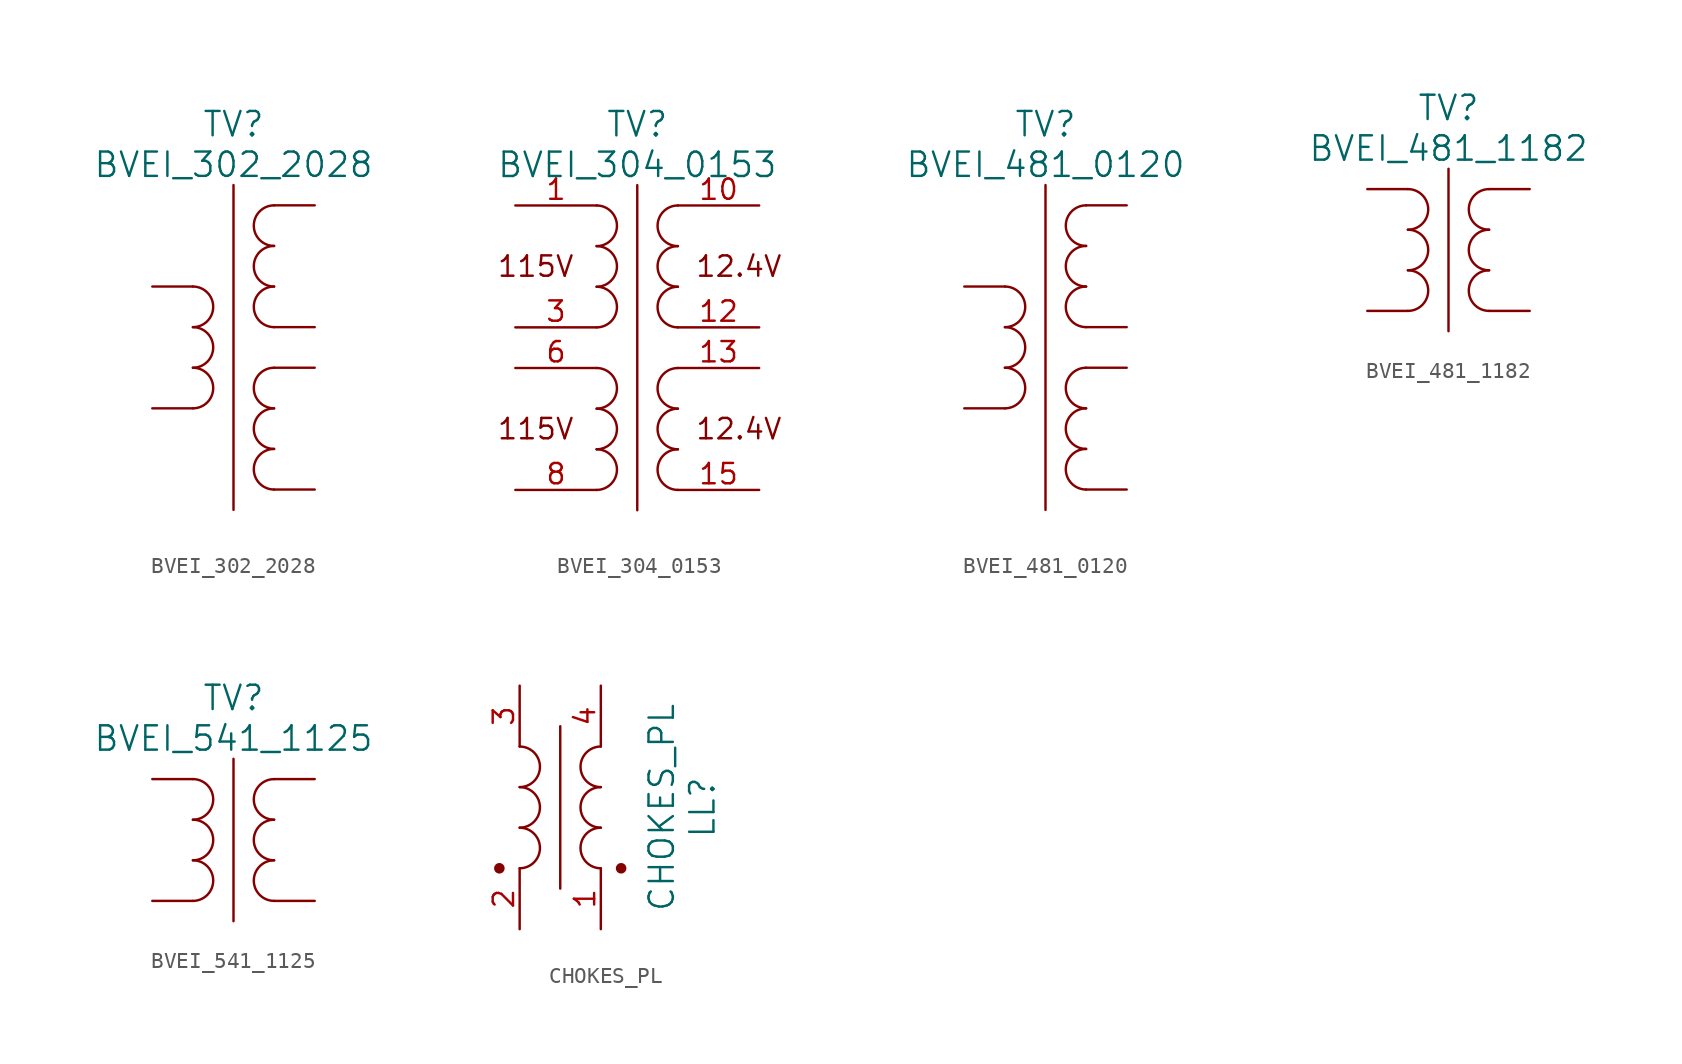
<source format=kicad_sym>
(kicad_symbol_lib
  (version 20211014)
  (generator kicad_symbol_editor)
  (symbol "BVEI_302_2028"
    (pin_numbers hide)
    (pin_names
      (offset 0))
    (property "Reference" "TV"
      (at 5.08 10.16 0)
      (effects (font (size 1.524 1.524))))
    (property "Value" "BVEI_302_2028"
      (at 5.08 7.62 0)
      (effects (font (size 1.524 1.524))))
    (property "Footprint" ""
      (at 0 0 0)
      (effects (font (size 1.524 1.524))))
    (property "Datasheet" ""
      (at 0 0 0)
      (effects (font (size 1.524 1.524))))
    (symbol "BVEI_302_2028_0_0"
      (polyline (pts (xy 5.08 6.35) (xy 5.08 -13.97)) (stroke (width 0) (type default) (color 0 0 0 0)) (fill (type none)))
      (arc (start 2.54 -7.62) (mid 3.81 -6.35) (end 2.54 -5.08) (stroke (width 0) (type default) (color 0 0 0 0)) (fill (type none)))
      (arc (start 2.54 -5.08) (mid 3.81 -3.81) (end 2.54 -2.54) (stroke (width 0) (type default) (color 0 0 0 0)) (fill (type none)))
      (arc (start 2.54 -2.54) (mid 3.81 -1.27) (end 2.54 0) (stroke (width 0) (type default) (color 0 0 0 0)) (fill (type none))))
    (symbol "BVEI_302_2028_0_1"
      (arc (start 7.62 -10.16) (mid 6.35 -11.43) (end 7.62 -12.7) (stroke (width 0) (type default) (color 0 0 0 0)) (fill (type none)))
      (arc (start 7.62 -7.62) (mid 6.35 -8.89) (end 7.62 -10.16) (stroke (width 0) (type default) (color 0 0 0 0)) (fill (type none)))
      (arc (start 7.62 -5.08) (mid 6.35 -6.35) (end 7.62 -7.62) (stroke (width 0) (type default) (color 0 0 0 0)) (fill (type none)))
      (arc (start 7.62 0) (mid 6.35 -1.27) (end 7.62 -2.54) (stroke (width 0) (type default) (color 0 0 0 0)) (fill (type none)))
      (arc (start 7.62 2.54) (mid 6.35 1.27) (end 7.62 0) (stroke (width 0) (type default) (color 0 0 0 0)) (fill (type none)))
      (arc (start 7.62 5.08) (mid 6.35 3.81) (end 7.62 2.54) (stroke (width 0) (type default) (color 0 0 0 0)) (fill (type none))))
    (symbol "BVEI_302_2028_1_1"
      (pin input line (at 0 0 0) (length 2.54) (name "~" (effects (font (size 1.27 1.27)))) (number "1" (effects (font (size 1.27 1.27)))))
      (pin input line (at 10.16 -12.7 180) (length 2.54) (name "~" (effects (font (size 1.27 1.27)))) (number "10" (effects (font (size 1.27 1.27)))))
      (pin input line (at 0 -7.62 0) (length 2.54) (name "~" (effects (font (size 1.27 1.27)))) (number "5" (effects (font (size 1.27 1.27)))))
      (pin input line (at 10.16 5.08 180) (length 2.54) (name "~" (effects (font (size 1.27 1.27)))) (number "6" (effects (font (size 1.27 1.27)))))
      (pin input line (at 10.16 -2.54 180) (length 2.54) (name "~" (effects (font (size 1.27 1.27)))) (number "7" (effects (font (size 1.27 1.27)))))
      (pin input line (at 10.16 -5.08 180) (length 2.54) (name "~" (effects (font (size 1.27 1.27)))) (number "9" (effects (font (size 1.27 1.27)))))))
  (symbol "BVEI_304_0153"
    (pin_names
      (offset 0))
    (property "Reference" "TV"
      (at 5.08 10.16 0)
      (effects (font (size 1.524 1.524))))
    (property "Value" "BVEI_304_0153"
      (at 5.08 7.62 0)
      (effects (font (size 1.524 1.524))))
    (property "Footprint" ""
      (at 0 5.08 0)
      (effects (font (size 1.524 1.524))))
    (property "Datasheet" ""
      (at 0 5.08 0)
      (effects (font (size 1.524 1.524))))
    (symbol "BVEI_304_0153_0_0"
      (polyline (pts (xy 5.08 6.35) (xy 5.08 -13.97)) (stroke (width 0) (type default) (color 0 0 0 0)) (fill (type none)))
      (arc (start 2.54 -12.7) (mid 3.81 -11.43) (end 2.54 -10.16) (stroke (width 0) (type default) (color 0 0 0 0)) (fill (type none)))
      (arc (start 2.54 -10.16) (mid 3.81 -8.89) (end 2.54 -7.62) (stroke (width 0) (type default) (color 0 0 0 0)) (fill (type none)))
      (arc (start 2.54 -7.62) (mid 3.81 -6.35) (end 2.54 -5.08) (stroke (width 0) (type default) (color 0 0 0 0)) (fill (type none)))
      (arc (start 2.54 -2.54) (mid 3.81 -1.27) (end 2.54 0) (stroke (width 0) (type default) (color 0 0 0 0)) (fill (type none)))
      (arc (start 2.54 0) (mid 3.81 1.27) (end 2.54 2.54) (stroke (width 0) (type default) (color 0 0 0 0)) (fill (type none)))
      (arc (start 2.54 2.54) (mid 3.81 3.81) (end 2.54 5.08) (stroke (width 0) (type default) (color 0 0 0 0)) (fill (type none)))
      (text "115V" (at -1.27 -8.89 0) (effects (font (size 1.27 1.27))))
      (text "115V" (at -1.27 1.27 0) (effects (font (size 1.27 1.27))))
      (text "12.4V" (at 11.43 -8.89 0) (effects (font (size 1.27 1.27))))
      (text "12.4V" (at 11.43 1.27 0) (effects (font (size 1.27 1.27)))))
    (symbol "BVEI_304_0153_0_1"
      (arc (start 7.62 -10.16) (mid 6.35 -11.43) (end 7.62 -12.7) (stroke (width 0) (type default) (color 0 0 0 0)) (fill (type none)))
      (arc (start 7.62 -7.62) (mid 6.35 -8.89) (end 7.62 -10.16) (stroke (width 0) (type default) (color 0 0 0 0)) (fill (type none)))
      (arc (start 7.62 -5.08) (mid 6.35 -6.35) (end 7.62 -7.62) (stroke (width 0) (type default) (color 0 0 0 0)) (fill (type none)))
      (arc (start 7.62 0) (mid 6.35 -1.27) (end 7.62 -2.54) (stroke (width 0) (type default) (color 0 0 0 0)) (fill (type none)))
      (arc (start 7.62 2.54) (mid 6.35 1.27) (end 7.62 0) (stroke (width 0) (type default) (color 0 0 0 0)) (fill (type none)))
      (arc (start 7.62 5.08) (mid 6.35 3.81) (end 7.62 2.54) (stroke (width 0) (type default) (color 0 0 0 0)) (fill (type none))))
    (symbol "BVEI_304_0153_1_1"
      (pin input line (at -2.54 5.08 0) (length 5.08) (name "~" (effects (font (size 1.27 1.27)))) (number "1" (effects (font (size 1.27 1.27)))))
      (pin output line (at 12.7 5.08 180) (length 5.08) (name "~" (effects (font (size 1.27 1.27)))) (number "10" (effects (font (size 1.27 1.27)))))
      (pin output line (at 12.7 -2.54 180) (length 5.08) (name "~" (effects (font (size 1.27 1.27)))) (number "12" (effects (font (size 1.27 1.27)))))
      (pin output line (at 12.7 -5.08 180) (length 5.08) (name "~" (effects (font (size 1.27 1.27)))) (number "13" (effects (font (size 1.27 1.27)))))
      (pin output line (at 12.7 -12.7 180) (length 5.08) (name "~" (effects (font (size 1.27 1.27)))) (number "15" (effects (font (size 1.27 1.27)))))
      (pin input line (at -2.54 -2.54 0) (length 5.08) (name "~" (effects (font (size 1.27 1.27)))) (number "3" (effects (font (size 1.27 1.27)))))
      (pin input line (at -2.54 -5.08 0) (length 5.08) (name "~" (effects (font (size 1.27 1.27)))) (number "6" (effects (font (size 1.27 1.27)))))
      (pin input line (at -2.54 -12.7 0) (length 5.08) (name "~" (effects (font (size 1.27 1.27)))) (number "8" (effects (font (size 1.27 1.27)))))))
  (symbol "BVEI_481_0120"
    (pin_numbers hide)
    (pin_names
      (offset 0))
    (property "Reference" "TV"
      (at 5.08 10.16 0)
      (effects (font (size 1.524 1.524))))
    (property "Value" "BVEI_481_0120"
      (at 5.08 7.62 0)
      (effects (font (size 1.524 1.524))))
    (property "Footprint" ""
      (at 0 0 0)
      (effects (font (size 1.524 1.524))))
    (property "Datasheet" ""
      (at 0 0 0)
      (effects (font (size 1.524 1.524))))
    (symbol "BVEI_481_0120_0_0"
      (polyline (pts (xy 5.08 6.35) (xy 5.08 -13.97)) (stroke (width 0) (type default) (color 0 0 0 0)) (fill (type none)))
      (arc (start 2.54 -7.62) (mid 3.81 -6.35) (end 2.54 -5.08) (stroke (width 0) (type default) (color 0 0 0 0)) (fill (type none)))
      (arc (start 2.54 -5.08) (mid 3.81 -3.81) (end 2.54 -2.54) (stroke (width 0) (type default) (color 0 0 0 0)) (fill (type none)))
      (arc (start 2.54 -2.54) (mid 3.81 -1.27) (end 2.54 0) (stroke (width 0) (type default) (color 0 0 0 0)) (fill (type none))))
    (symbol "BVEI_481_0120_0_1"
      (arc (start 7.62 -10.16) (mid 6.35 -11.43) (end 7.62 -12.7) (stroke (width 0) (type default) (color 0 0 0 0)) (fill (type none)))
      (arc (start 7.62 -7.62) (mid 6.35 -8.89) (end 7.62 -10.16) (stroke (width 0) (type default) (color 0 0 0 0)) (fill (type none)))
      (arc (start 7.62 -5.08) (mid 6.35 -6.35) (end 7.62 -7.62) (stroke (width 0) (type default) (color 0 0 0 0)) (fill (type none)))
      (arc (start 7.62 0) (mid 6.35 -1.27) (end 7.62 -2.54) (stroke (width 0) (type default) (color 0 0 0 0)) (fill (type none)))
      (arc (start 7.62 2.54) (mid 6.35 1.27) (end 7.62 0) (stroke (width 0) (type default) (color 0 0 0 0)) (fill (type none)))
      (arc (start 7.62 5.08) (mid 6.35 3.81) (end 7.62 2.54) (stroke (width 0) (type default) (color 0 0 0 0)) (fill (type none))))
    (symbol "BVEI_481_0120_1_1"
      (pin input line (at 0 0 0) (length 2.54) (name "~" (effects (font (size 1.27 1.27)))) (number "1" (effects (font (size 1.27 1.27)))))
      (pin input line (at 10.16 -2.54 180) (length 2.54) (name "~" (effects (font (size 1.27 1.27)))) (number "11" (effects (font (size 1.27 1.27)))))
      (pin input line (at 10.16 5.08 180) (length 2.54) (name "~" (effects (font (size 1.27 1.27)))) (number "12" (effects (font (size 1.27 1.27)))))
      (pin input line (at 0 -7.62 0) (length 2.54) (name "~" (effects (font (size 1.27 1.27)))) (number "6" (effects (font (size 1.27 1.27)))))
      (pin input line (at 10.16 -12.7 180) (length 2.54) (name "~" (effects (font (size 1.27 1.27)))) (number "7" (effects (font (size 1.27 1.27)))))
      (pin input line (at 10.16 -5.08 180) (length 2.54) (name "~" (effects (font (size 1.27 1.27)))) (number "8" (effects (font (size 1.27 1.27)))))))
  (symbol "BVEI_481_1182"
    (pin_numbers hide)
    (pin_names
      (offset 0))
    (property "Reference" "TV"
      (at 5.08 5.08 0)
      (effects (font (size 1.524 1.524))))
    (property "Value" "BVEI_481_1182"
      (at 5.08 2.54 0)
      (effects (font (size 1.524 1.524))))
    (property "Footprint" ""
      (at 0 0 0)
      (effects (font (size 1.524 1.524))))
    (property "Datasheet" ""
      (at 0 0 0)
      (effects (font (size 1.524 1.524))))
    (symbol "BVEI_481_1182_0_0"
      (polyline (pts (xy 5.08 1.27) (xy 5.08 -8.89) (xy 5.08 -8.89)) (stroke (width 0) (type default) (color 0 0 0 0)) (fill (type none)))
      (arc (start 2.54 -7.62) (mid 3.81 -6.35) (end 2.54 -5.08) (stroke (width 0) (type default) (color 0 0 0 0)) (fill (type none)))
      (arc (start 2.54 -5.08) (mid 3.81 -3.81) (end 2.54 -2.54) (stroke (width 0) (type default) (color 0 0 0 0)) (fill (type none)))
      (arc (start 2.54 -2.54) (mid 3.81 -1.27) (end 2.54 0) (stroke (width 0) (type default) (color 0 0 0 0)) (fill (type none))))
    (symbol "BVEI_481_1182_0_1"
      (arc (start 7.62 -5.08) (mid 6.35 -6.35) (end 7.62 -7.62) (stroke (width 0) (type default) (color 0 0 0 0)) (fill (type none)))
      (arc (start 7.62 -2.54) (mid 6.35 -3.81) (end 7.62 -5.08) (stroke (width 0) (type default) (color 0 0 0 0)) (fill (type none)))
      (arc (start 7.62 0) (mid 6.35 -1.27) (end 7.62 -2.54) (stroke (width 0) (type default) (color 0 0 0 0)) (fill (type none))))
    (symbol "BVEI_481_1182_1_1"
      (pin input line (at 0 0 0) (length 2.54) (name "~" (effects (font (size 1.27 1.27)))) (number "1" (effects (font (size 1.27 1.27)))))
      (pin input line (at 10.16 0 180) (length 2.54) (name "~" (effects (font (size 1.27 1.27)))) (number "11" (effects (font (size 1.27 1.27)))))
      (pin input line (at 0 -7.62 0) (length 2.54) (name "~" (effects (font (size 1.27 1.27)))) (number "6" (effects (font (size 1.27 1.27)))))
      (pin input line (at 10.16 -7.62 180) (length 2.54) (name "~" (effects (font (size 1.27 1.27)))) (number "8" (effects (font (size 1.27 1.27)))))))
  (symbol "BVEI_541_1125"
    (pin_numbers hide)
    (pin_names
      (offset 0))
    (property "Reference" "TV"
      (at 5.08 5.08 0)
      (effects (font (size 1.524 1.524))))
    (property "Value" "BVEI_541_1125"
      (at 5.08 2.54 0)
      (effects (font (size 1.524 1.524))))
    (property "Footprint" ""
      (at 0 0 0)
      (effects (font (size 1.524 1.524))))
    (property "Datasheet" ""
      (at 0 0 0)
      (effects (font (size 1.524 1.524))))
    (symbol "BVEI_541_1125_0_0"
      (polyline (pts (xy 5.08 1.27) (xy 5.08 -8.89) (xy 5.08 -8.89)) (stroke (width 0) (type default) (color 0 0 0 0)) (fill (type none)))
      (arc (start 2.54 -7.62) (mid 3.81 -6.35) (end 2.54 -5.08) (stroke (width 0) (type default) (color 0 0 0 0)) (fill (type none)))
      (arc (start 2.54 -5.08) (mid 3.81 -3.81) (end 2.54 -2.54) (stroke (width 0) (type default) (color 0 0 0 0)) (fill (type none)))
      (arc (start 2.54 -2.54) (mid 3.81 -1.27) (end 2.54 0) (stroke (width 0) (type default) (color 0 0 0 0)) (fill (type none))))
    (symbol "BVEI_541_1125_0_1"
      (arc (start 7.62 -5.08) (mid 6.35 -6.35) (end 7.62 -7.62) (stroke (width 0) (type default) (color 0 0 0 0)) (fill (type none)))
      (arc (start 7.62 -2.54) (mid 6.35 -3.81) (end 7.62 -5.08) (stroke (width 0) (type default) (color 0 0 0 0)) (fill (type none)))
      (arc (start 7.62 0) (mid 6.35 -1.27) (end 7.62 -2.54) (stroke (width 0) (type default) (color 0 0 0 0)) (fill (type none))))
    (symbol "BVEI_541_1125_1_1"
      (pin input line (at 0 0 0) (length 2.54) (name "~" (effects (font (size 1.27 1.27)))) (number "1" (effects (font (size 1.27 1.27)))))
      (pin input line (at 10.16 0 180) (length 2.54) (name "~" (effects (font (size 1.27 1.27)))) (number "13" (effects (font (size 1.27 1.27)))))
      (pin input line (at 0 -7.62 0) (length 2.54) (name "~" (effects (font (size 1.27 1.27)))) (number "7" (effects (font (size 1.27 1.27)))))
      (pin input line (at 10.16 -7.62 180) (length 2.54) (name "~" (effects (font (size 1.27 1.27)))) (number "9" (effects (font (size 1.27 1.27)))))))
  (symbol "CHOKES_PL"
    (pin_names
      (offset 0))
    (property "Reference" "LL"
      (at 11.43 -7.62 90)
      (effects (font (size 1.524 1.524))))
    (property "Value" "CHOKES_PL"
      (at 8.89 -7.62 90)
      (effects (font (size 1.524 1.524))))
    (property "Footprint" ""
      (at 0 0 0)
      (effects (font (size 1.524 1.524))))
    (property "Datasheet" ""
      (at 0 0 0)
      (effects (font (size 1.524 1.524))))
    (symbol "CHOKES_PL_0_0"
      (arc (start 0 -11.43) (mid 1.27 -10.16) (end 0 -8.89) (stroke (width 0) (type default) (color 0 0 0 0)) (fill (type none)))
      (arc (start 0 -8.89) (mid 1.27 -7.62) (end 0 -6.35) (stroke (width 0) (type default) (color 0 0 0 0)) (fill (type none)))
      (arc (start 0 -6.35) (mid 1.27 -5.08) (end 0 -3.81) (stroke (width 0) (type default) (color 0 0 0 0)) (fill (type none)))
      (polyline (pts (xy 2.54 -2.54) (xy 2.54 -12.7) (xy 2.54 -12.7)) (stroke (width 0) (type default) (color 0 0 0 0)) (fill (type none)))
      (arc (start 5.08 -8.89) (mid 3.81 -10.16) (end 5.08 -11.43) (stroke (width 0) (type default) (color 0 0 0 0)) (fill (type none)))
      (arc (start 5.08 -6.35) (mid 3.81 -7.62) (end 5.08 -8.89) (stroke (width 0) (type default) (color 0 0 0 0)) (fill (type none)))
      (arc (start 5.08 -3.81) (mid 3.81 -5.08) (end 5.08 -6.35) (stroke (width 0) (type default) (color 0 0 0 0)) (fill (type none))))
    (symbol "CHOKES_PL_0_1"
      (circle (center -1.27 -11.43) (radius 0.254) (stroke (width 0) (type default) (color 0 0 0 0)) (fill (type outline)))
      (circle (center 6.35 -11.43) (radius 0.254) (stroke (width 0) (type default) (color 0 0 0 0)) (fill (type outline))))
    (symbol "CHOKES_PL_1_1"
      (pin input line (at 5.08 -15.24 90) (length 3.81) (name "~" (effects (font (size 1.27 1.27)))) (number "1" (effects (font (size 1.27 1.27)))))
      (pin input line (at 0 -15.24 90) (length 3.81) (name "~" (effects (font (size 1.27 1.27)))) (number "2" (effects (font (size 1.27 1.27)))))
      (pin input line (at 0 0 270) (length 3.81) (name "~" (effects (font (size 1.27 1.27)))) (number "3" (effects (font (size 1.27 1.27)))))
      (pin input line (at 5.08 0 270) (length 3.81) (name "~" (effects (font (size 1.27 1.27)))) (number "4" (effects (font (size 1.27 1.27))))))))
</source>
